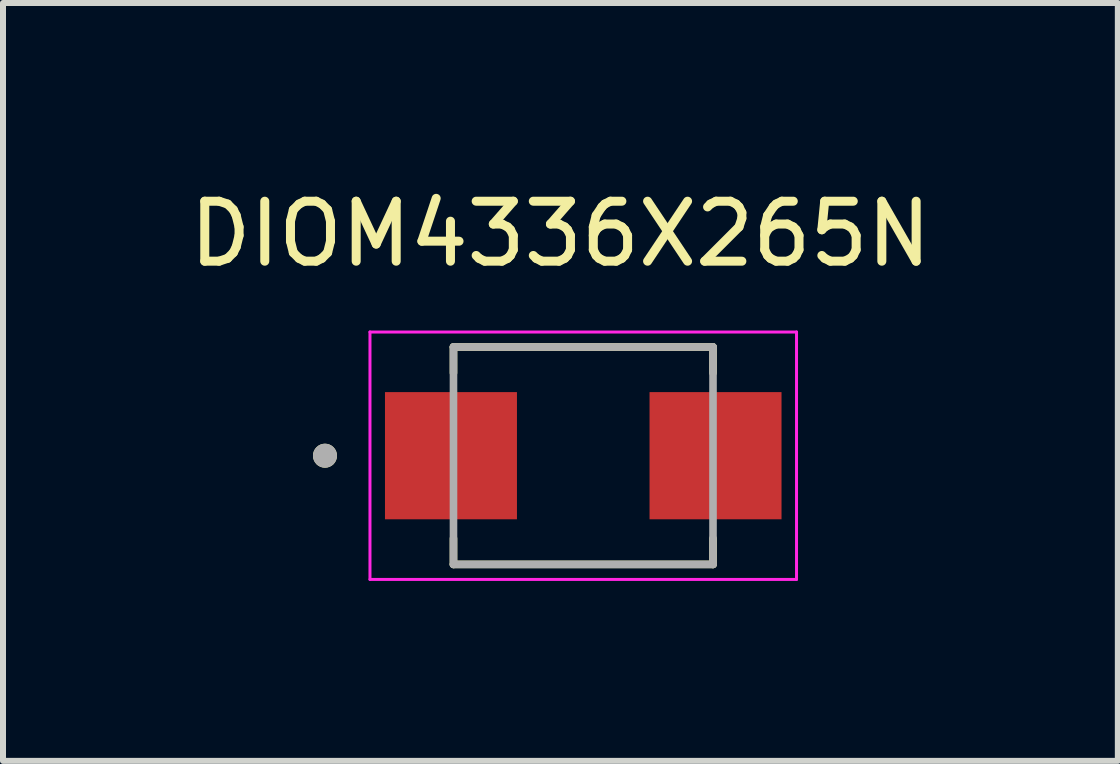
<source format=kicad_pcb>
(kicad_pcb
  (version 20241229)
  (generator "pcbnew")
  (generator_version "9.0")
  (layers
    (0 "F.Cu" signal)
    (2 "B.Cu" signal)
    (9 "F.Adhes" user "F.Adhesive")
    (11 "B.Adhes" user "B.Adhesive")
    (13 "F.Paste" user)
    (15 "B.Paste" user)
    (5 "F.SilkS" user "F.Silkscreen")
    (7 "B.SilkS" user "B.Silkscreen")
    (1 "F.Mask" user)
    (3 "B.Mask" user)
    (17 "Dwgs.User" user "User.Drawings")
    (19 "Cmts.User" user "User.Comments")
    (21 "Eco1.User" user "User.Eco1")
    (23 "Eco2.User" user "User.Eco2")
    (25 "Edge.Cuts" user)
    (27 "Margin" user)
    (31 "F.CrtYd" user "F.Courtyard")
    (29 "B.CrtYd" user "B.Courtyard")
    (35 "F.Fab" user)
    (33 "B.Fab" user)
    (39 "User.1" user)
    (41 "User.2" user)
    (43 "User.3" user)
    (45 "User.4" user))
  (footprint "DIOM4336X265N"
    (layer "F.Cu")
    (at 6.672 4.546)
    (property "Reference" "DIOM4336X265N" (at -0.38 -3.697 0) (layer "F.SilkS") (effects (font (size 1 1) (thickness 0.15))))
    (attr smd)
    (fp_line (start -2.163 -1.812) (end -2.163 -1.38) (stroke (width 0.127) (type solid)) (layer "F.SilkS"))
    (fp_line (start -2.163 1.812) (end -2.163 1.38) (stroke (width 0.127) (type solid)) (layer "F.SilkS"))
    (fp_line (start -2.163 1.812) (end 2.163 1.812) (stroke (width 0.127) (type solid)) (layer "F.SilkS"))
    (fp_line (start 2.163 -1.812) (end -2.163 -1.812) (stroke (width 0.127) (type solid)) (layer "F.SilkS"))
    (fp_line (start 2.163 -1.38) (end 2.163 -1.812) (stroke (width 0.127) (type solid)) (layer "F.SilkS"))
    (fp_line (start 2.163 1.812) (end 2.163 1.38) (stroke (width 0.127) (type solid)) (layer "F.SilkS"))
    (fp_circle (center -4.305 0) (end -4.205 0) (stroke (width 0.2) (type solid)) (fill no) (layer "F.SilkS"))
    (fp_line (start -3.555 -2.062) (end -3.555 2.062) (stroke (width 0.05) (type solid)) (layer "F.CrtYd"))
    (fp_line (start -3.555 2.062) (end 3.555 2.062) (stroke (width 0.05) (type solid)) (layer "F.CrtYd"))
    (fp_line (start 3.555 -2.062) (end -3.555 -2.062) (stroke (width 0.05) (type solid)) (layer "F.CrtYd"))
    (fp_line (start 3.555 2.062) (end 3.555 -2.062) (stroke (width 0.05) (type solid)) (layer "F.CrtYd"))
    (fp_line (start -2.163 -1.812) (end -2.163 1.812) (stroke (width 0.127) (type solid)) (layer "F.Fab"))
    (fp_line (start -2.163 1.812) (end 2.163 1.812) (stroke (width 0.127) (type solid)) (layer "F.Fab"))
    (fp_line (start 2.163 -1.812) (end -2.163 -1.812) (stroke (width 0.127) (type solid)) (layer "F.Fab"))
    (fp_line (start 2.163 1.812) (end 2.163 -1.812) (stroke (width 0.127) (type solid)) (layer "F.Fab"))
    (fp_circle (center -4.305 0) (end -4.205 0) (stroke (width 0.2) (type solid)) (fill no) (layer "F.Fab"))
    (pad "1" smd rect (at -2.205 0) (size 2.2 2.12) (layers "F.Cu" "F.Mask" "F.Paste"))
    (pad "2" smd rect (at 2.205 0) (size 2.2 2.12) (layers "F.Cu" "F.Mask" "F.Paste")))
  (gr_rect
    (start -3 -3)
    (end 15.583 9.633)
    (stroke (width 0.1) (type default))
    (fill no)
    (layer "Edge.Cuts")))
</source>
